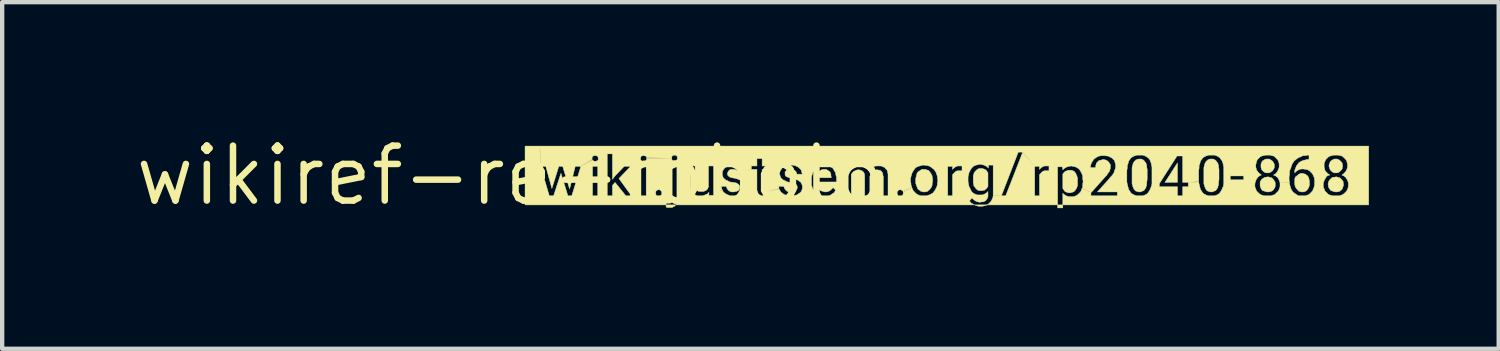
<source format=kicad_pcb>
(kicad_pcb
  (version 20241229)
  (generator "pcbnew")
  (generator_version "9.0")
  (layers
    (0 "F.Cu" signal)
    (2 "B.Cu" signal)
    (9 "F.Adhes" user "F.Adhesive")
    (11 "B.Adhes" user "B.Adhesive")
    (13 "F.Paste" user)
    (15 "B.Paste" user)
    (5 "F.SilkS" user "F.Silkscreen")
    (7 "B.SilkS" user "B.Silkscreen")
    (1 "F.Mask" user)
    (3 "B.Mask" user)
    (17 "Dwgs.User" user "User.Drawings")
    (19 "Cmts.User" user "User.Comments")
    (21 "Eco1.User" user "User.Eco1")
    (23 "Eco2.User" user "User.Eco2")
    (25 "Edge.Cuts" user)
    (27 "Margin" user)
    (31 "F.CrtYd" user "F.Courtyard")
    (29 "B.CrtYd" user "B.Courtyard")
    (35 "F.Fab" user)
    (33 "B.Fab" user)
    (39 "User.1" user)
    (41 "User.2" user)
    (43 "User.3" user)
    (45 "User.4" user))
  (footprint "wikiref-re-roboto"
    (layer "F.Cu")
    (at 8.746 1.006)
    (property "Reference" "wikiref-re-roboto" (at 0 0 0) (layer "F.SilkS") (effects (font (size 1.27 1.27) (thickness 0.15))))
    (attr board_only exclude_from_pos_files exclude_from_bom)
    (fp_poly (pts (xy 15.13 0.16) (xy 15.42 0.16) (xy 15.42 -0.29) (xy 15.4 -0.26) (xy 15.13 0.16)) (stroke (width 0.01) (type solid)) (fill yes) (layer "F.SilkS"))
    (fp_poly (pts (xy 7.25 -0.14) (xy 7.22 -0.14) (xy 7.19 -0.13) (xy 7.16 -0.11) (xy 7.13 -0.08) (xy 7.11 -0.06) (xy 7.09 -0.02) (xy 7.08 0.01) (xy 7.08 0.05) (xy 7.42 0.05) (xy 7.41 0.01) (xy 7.41 -0.03) (xy 7.4 -0.06) (xy 7.38 -0.09) (xy 7.35 -0.11) (xy 7.32 -0.13) (xy 7.29 -0.14) (xy 7.25 -0.14)) (stroke (width 0.01) (type solid)) (fill yes) (layer "F.SilkS"))
    (fp_poly (pts (xy 17.5 -0.38) (xy 17.47 -0.38) (xy 17.44 -0.37) (xy 17.41 -0.35) (xy 17.39 -0.34) (xy 17.37 -0.31) (xy 17.36 -0.29) (xy 17.35 -0.26) (xy 17.35 -0.22) (xy 17.35 -0.19) (xy 17.36 -0.16) (xy 17.37 -0.13) (xy 17.39 -0.11) (xy 17.41 -0.09) (xy 17.44 -0.07) (xy 17.47 -0.06) (xy 17.5 -0.06) (xy 17.54 -0.06) (xy 17.56 -0.07) (xy 17.59 -0.09) (xy 17.62 -0.11) (xy 17.63 -0.13) (xy 17.65 -0.16) (xy 17.66 -0.19) (xy 17.66 -0.22) (xy 17.66 -0.25) (xy 17.65 -0.28) (xy 17.63 -0.31) (xy 17.62 -0.33) (xy 17.59 -0.35) (xy 17.56 -0.37) (xy 17.54 -0.38) (xy 17.5 -0.38)) (stroke (width 0.01) (type solid)) (fill yes) (layer "F.SilkS"))
    (fp_poly (pts (xy 17.68 0.21) (xy 17.68 0.17) (xy 17.67 0.14) (xy 17.65 0.11) (xy 17.63 0.09) (xy 17.61 0.06) (xy 17.58 0.05) (xy 17.54 0.04) (xy 17.51 0.03) (xy 17.47 0.04) (xy 17.44 0.04) (xy 17.41 0.06) (xy 17.38 0.08) (xy 17.36 0.1) (xy 17.34 0.13) (xy 17.33 0.16) (xy 17.33 0.2) (xy 17.33 0.24) (xy 17.34 0.27) (xy 17.35 0.3) (xy 17.37 0.33) (xy 17.39 0.35) (xy 17.42 0.36) (xy 17.46 0.37) (xy 17.49 0.38) (xy 17.53 0.38) (xy 17.57 0.37) (xy 17.6 0.36) (xy 17.63 0.34) (xy 17.65 0.31) (xy 17.67 0.28) (xy 17.68 0.25) (xy 17.68 0.21)) (stroke (width 0.01) (type solid)) (fill yes) (layer "F.SilkS"))
    (fp_poly (pts (xy 19.08 -0.38) (xy 19.05 -0.38) (xy 19.02 -0.37) (xy 18.99 -0.35) (xy 18.97 -0.34) (xy 18.95 -0.31) (xy 18.94 -0.29) (xy 18.93 -0.26) (xy 18.92 -0.22) (xy 18.93 -0.19) (xy 18.94 -0.16) (xy 18.95 -0.13) (xy 18.97 -0.11) (xy 18.99 -0.09) (xy 19.02 -0.07) (xy 19.05 -0.06) (xy 19.08 -0.06) (xy 19.11 -0.06) (xy 19.14 -0.07) (xy 19.17 -0.09) (xy 19.19 -0.11) (xy 19.21 -0.13) (xy 19.23 -0.16) (xy 19.23 -0.19) (xy 19.24 -0.22) (xy 19.23 -0.25) (xy 19.23 -0.28) (xy 19.21 -0.31) (xy 19.19 -0.33) (xy 19.17 -0.35) (xy 19.14 -0.37) (xy 19.11 -0.38) (xy 19.08 -0.38)) (stroke (width 0.01) (type solid)) (fill yes) (layer "F.SilkS"))
    (fp_poly (pts (xy 19.26 0.21) (xy 19.25 0.17) (xy 19.25 0.14) (xy 19.23 0.11) (xy 19.21 0.09) (xy 19.18 0.06) (xy 19.16 0.05) (xy 19.12 0.04) (xy 19.09 0.03) (xy 19.05 0.04) (xy 19.01 0.04) (xy 18.98 0.06) (xy 18.96 0.08) (xy 18.94 0.1) (xy 18.92 0.13) (xy 18.91 0.16) (xy 18.9 0.2) (xy 18.91 0.24) (xy 18.91 0.27) (xy 18.93 0.3) (xy 18.95 0.33) (xy 18.97 0.35) (xy 19 0.36) (xy 19.03 0.37) (xy 19.07 0.38) (xy 19.11 0.38) (xy 19.15 0.37) (xy 19.18 0.36) (xy 19.2 0.34) (xy 19.23 0.31) (xy 19.24 0.28) (xy 19.25 0.25) (xy 19.26 0.21)) (stroke (width 0.01) (type solid)) (fill yes) (layer "F.SilkS"))
    (fp_poly (pts (xy 18.31 -0.05) (xy 18.28 -0.05) (xy 18.25 -0.04) (xy 18.23 -0.03) (xy 18.2 -0.01) (xy 18.18 0.01) (xy 18.15 0.03) (xy 18.14 0.05) (xy 18.13 0.08) (xy 18.13 0.15) (xy 18.13 0.2) (xy 18.14 0.25) (xy 18.16 0.29) (xy 18.18 0.31) (xy 18.19 0.33) (xy 18.21 0.34) (xy 18.22 0.36) (xy 18.24 0.37) (xy 18.26 0.37) (xy 18.28 0.38) (xy 18.3 0.38) (xy 18.33 0.38) (xy 18.37 0.37) (xy 18.4 0.35) (xy 18.42 0.33) (xy 18.44 0.3) (xy 18.46 0.26) (xy 18.47 0.22) (xy 18.47 0.17) (xy 18.47 0.13) (xy 18.46 0.08) (xy 18.45 0.05) (xy 18.43 0.01) (xy 18.4 -0.01) (xy 18.38 -0.03) (xy 18.34 -0.04) (xy 18.31 -0.05)) (stroke (width 0.01) (type solid)) (fill yes) (layer "F.SilkS"))
    (fp_poly (pts (xy 10.7 0.1) (xy 10.7 0.14) (xy 10.7 0.17) (xy 10.71 0.2) (xy 10.71 0.23) (xy 10.72 0.25) (xy 10.74 0.27) (xy 10.75 0.29) (xy 10.77 0.31) (xy 10.79 0.33) (xy 10.81 0.34) (xy 10.83 0.35) (xy 10.86 0.35) (xy 10.88 0.35) (xy 10.91 0.35) (xy 10.94 0.34) (xy 10.96 0.34) (xy 10.98 0.32) (xy 11.01 0.3) (xy 11.02 0.28) (xy 11.04 0.25) (xy 11.04 -0.06) (xy 11.02 -0.09) (xy 11 -0.12) (xy 10.97 -0.14) (xy 10.94 -0.15) (xy 10.91 -0.16) (xy 10.87 -0.16) (xy 10.84 -0.16) (xy 10.81 -0.15) (xy 10.78 -0.13) (xy 10.76 -0.11) (xy 10.74 -0.09) (xy 10.72 -0.06) (xy 10.71 -0.02) (xy 10.7 0.01) (xy 10.7 0.06) (xy 10.7 0.1)) (stroke (width 0.01) (type solid)) (fill yes) (layer "F.SilkS"))
    (fp_poly (pts (xy 13.11 0.13) (xy 13.11 0.09) (xy 13.11 0.06) (xy 13.1 0.03) (xy 13.09 0) (xy 13.08 -0.02) (xy 13.07 -0.05) (xy 13.05 -0.07) (xy 13.04 -0.09) (xy 13.02 -0.1) (xy 13 -0.11) (xy 12.97 -0.12) (xy 12.95 -0.12) (xy 12.92 -0.12) (xy 12.89 -0.12) (xy 12.87 -0.11) (xy 12.84 -0.1) (xy 12.82 -0.09) (xy 12.8 -0.07) (xy 12.78 -0.05) (xy 12.77 -0.03) (xy 12.77 0.3) (xy 12.79 0.33) (xy 12.81 0.36) (xy 12.84 0.38) (xy 12.87 0.39) (xy 12.9 0.4) (xy 12.94 0.4) (xy 12.98 0.39) (xy 13.01 0.38) (xy 13.03 0.37) (xy 13.05 0.35) (xy 13.07 0.32) (xy 13.09 0.29) (xy 13.1 0.26) (xy 13.11 0.22) (xy 13.11 0.18) (xy 13.11 0.13)) (stroke (width 0.01) (type solid)) (fill yes) (layer "F.SilkS"))
    (fp_poly (pts (xy 14.72 -0.09) (xy 14.72 -0.14) (xy 14.71 -0.19) (xy 14.71 -0.22) (xy 14.7 -0.26) (xy 14.69 -0.29) (xy 14.67 -0.31) (xy 14.66 -0.33) (xy 14.64 -0.35) (xy 14.61 -0.37) (xy 14.58 -0.38) (xy 14.55 -0.38) (xy 14.52 -0.38) (xy 14.49 -0.37) (xy 14.46 -0.36) (xy 14.44 -0.34) (xy 14.42 -0.32) (xy 14.4 -0.29) (xy 14.39 -0.26) (xy 14.38 -0.22) (xy 14.37 -0.18) (xy 14.37 -0.11) (xy 14.37 0.09) (xy 14.37 0.14) (xy 14.37 0.19) (xy 14.38 0.22) (xy 14.39 0.26) (xy 14.4 0.28) (xy 14.41 0.31) (xy 14.43 0.33) (xy 14.44 0.35) (xy 14.46 0.36) (xy 14.49 0.37) (xy 14.52 0.38) (xy 14.56 0.38) (xy 14.59 0.37) (xy 14.61 0.36) (xy 14.64 0.35) (xy 14.66 0.33) (xy 14.67 0.31) (xy 14.69 0.28) (xy 14.7 0.24) (xy 14.71 0.2) (xy 14.71 0.16) (xy 14.72 0.09) (xy 14.72 -0.09)) (stroke (width 0.01) (type solid)) (fill yes) (layer "F.SilkS"))
    (fp_poly (pts (xy 16.38 -0.09) (xy 16.38 -0.14) (xy 16.37 -0.19) (xy 16.37 -0.22) (xy 16.36 -0.26) (xy 16.35 -0.29) (xy 16.33 -0.31) (xy 16.32 -0.33) (xy 16.3 -0.35) (xy 16.27 -0.37) (xy 16.24 -0.38) (xy 16.21 -0.38) (xy 16.17 -0.38) (xy 16.15 -0.37) (xy 16.12 -0.36) (xy 16.1 -0.34) (xy 16.08 -0.32) (xy 16.06 -0.29) (xy 16.05 -0.26) (xy 16.04 -0.22) (xy 16.03 -0.18) (xy 16.03 -0.11) (xy 16.03 0.09) (xy 16.03 0.14) (xy 16.03 0.19) (xy 16.04 0.22) (xy 16.05 0.26) (xy 16.06 0.28) (xy 16.07 0.31) (xy 16.09 0.33) (xy 16.1 0.35) (xy 16.12 0.36) (xy 16.15 0.37) (xy 16.18 0.38) (xy 16.22 0.38) (xy 16.25 0.37) (xy 16.27 0.36) (xy 16.3 0.35) (xy 16.32 0.33) (xy 16.33 0.31) (xy 16.35 0.28) (xy 16.36 0.24) (xy 16.37 0.2) (xy 16.37 0.16) (xy 16.38 0.09) (xy 16.38 -0.09)) (stroke (width 0.01) (type solid)) (fill yes) (layer "F.SilkS"))
    (fp_poly (pts (xy 9.37 0.12) (xy 9.37 0.15) (xy 9.37 0.18) (xy 9.38 0.21) (xy 9.39 0.24) (xy 9.4 0.26) (xy 9.41 0.29) (xy 9.42 0.31) (xy 9.44 0.33) (xy 9.46 0.34) (xy 9.48 0.36) (xy 9.5 0.37) (xy 9.52 0.37) (xy 9.54 0.38) (xy 9.57 0.38) (xy 9.59 0.38) (xy 9.62 0.37) (xy 9.64 0.37) (xy 9.65 0.36) (xy 9.67 0.34) (xy 9.69 0.33) (xy 9.7 0.31) (xy 9.72 0.29) (xy 9.73 0.27) (xy 9.74 0.25) (xy 9.75 0.22) (xy 9.75 0.19) (xy 9.76 0.13) (xy 9.76 0.07) (xy 9.75 0.04) (xy 9.75 0.01) (xy 9.73 -0.03) (xy 9.71 -0.06) (xy 9.69 -0.09) (xy 9.66 -0.12) (xy 9.62 -0.13) (xy 9.59 -0.14) (xy 9.55 -0.14) (xy 9.51 -0.14) (xy 9.48 -0.12) (xy 9.45 -0.1) (xy 9.42 -0.08) (xy 9.4 -0.05) (xy 9.39 -0.01) (xy 9.38 0.03) (xy 9.37 0.07) (xy 9.37 0.12)) (stroke (width 0.01) (type solid)) (fill yes) (layer "F.SilkS"))
    (fp_poly (pts (xy 0.68 -0.68) (xy 0.34 -0.68) (xy 0.34 0.68) (xy 19.84 0.68) (xy 19.84 -0.68) (xy 0.68 -0.68) (xy 0.71 -0.21) (xy 0.82 -0.21) (xy 0.96 0.3) (xy 1.12 -0.21) (xy 1.21 -0.21) (xy 1.37 0.31) (xy 1.5 -0.21) (xy 1.62 -0.21) (xy 1.89 -0.37) (xy 1.89 -0.38) (xy 1.89 -0.39) (xy 1.89 -0.42) (xy 1.9 -0.43) (xy 1.9 -0.44) (xy 1.91 -0.45) (xy 1.92 -0.45) (xy 1.95 -0.46) (xy 1.98 -0.46) (xy 2 -0.45) (xy 2.01 -0.45) (xy 2.02 -0.44) (xy 2.02 -0.43) (xy 2.03 -0.42) (xy 2.03 -0.4) (xy 2.03 -0.39) (xy 2.03 -0.37) (xy 2.03 -0.36) (xy 2.02 -0.35) (xy 2.01 -0.34) (xy 2 -0.34) (xy 1.99 -0.33) (xy 2.02 -0.21) (xy 2.02 0.47) (xy 2.24 0.47) (xy 2.24 -0.5) (xy 2.36 -0.5) (xy 2.36 0.09) (xy 2.42 0.01) (xy 2.63 -0.21) (xy 2.78 -0.21) (xy 3.02 -0.35) (xy 3.01 -0.37) (xy 3.01 -0.38) (xy 3.01 -0.39) (xy 3.01 -0.42) (xy 3.02 -0.43) (xy 3.02 -0.44) (xy 3.03 -0.45) (xy 3.04 -0.45) (xy 3.07 -0.46) (xy 3.1 -0.46) (xy 3.11 -0.45) (xy 3.13 -0.45) (xy 3.14 -0.44) (xy 3.14 -0.43) (xy 3.15 -0.42) (xy 3.15 -0.41) (xy 3.73 -0.4) (xy 3.73 -0.41) (xy 3.73 -0.43) (xy 3.74 -0.44) (xy 3.74 -0.45) (xy 3.75 -0.46) (xy 3.76 -0.46) (xy 3.78 -0.47) (xy 3.81 -0.47) (xy 3.83 -0.46) (xy 3.84 -0.46) (xy 3.85 -0.45) (xy 3.85 -0.44) (xy 3.86 -0.43) (xy 3.86 -0.41) (xy 3.86 -0.4) (xy 3.86 -0.38) (xy 3.85 -0.37) (xy 3.85 -0.36) (xy 3.84 -0.35) (xy 3.83 -0.35) (xy 3.82 -0.34) (xy 3.8 -0.34) (xy 3.79 -0.34) (xy 3.77 -0.34) (xy 3.74 -0.22) (xy 3.85 -0.22) (xy 4.16 -0.22) (xy 4.27 -0.22) (xy 4.27 0.22) (xy 4.28 0.25) (xy 4.28 0.27) (xy 4.29 0.3) (xy 4.3 0.32) (xy 4.31 0.33) (xy 4.32 0.35) (xy 4.34 0.36) (xy 4.36 0.37) (xy 4.38 0.37) (xy 4.4 0.37) (xy 4.43 0.37) (xy 4.46 0.37) (xy 4.49 0.36) (xy 4.51 0.35) (xy 4.53 0.34) (xy 4.55 0.32) (xy 4.56 0.31) (xy 4.57 0.28) (xy 4.58 0.27) (xy 4.58 -0.22) (xy 4.7 -0.22) (xy 4.7 0.46) (xy 4.89 0.33) (xy 4.89 0.31) (xy 4.88 0.28) (xy 4.88 0.25) (xy 4.99 0.25) (xy 5 0.28) (xy 5.01 0.3) (xy 5.02 0.32) (xy 5.04 0.34) (xy 5.06 0.36) (xy 5.09 0.37) (xy 5.11 0.38) (xy 5.14 0.38) (xy 5.17 0.38) (xy 5.21 0.37) (xy 5.23 0.37) (xy 5.26 0.35) (xy 5.28 0.34) (xy 5.29 0.32) (xy 5.3 0.3) (xy 5.3 0.28) (xy 5.3 0.25) (xy 5.29 0.23) (xy 5.28 0.21) (xy 5.26 0.2) (xy 5.24 0.18) (xy 5.21 0.17) (xy 5.08 0.15) (xy 5.05 0.14) (xy 5.02 0.12) (xy 4.99 0.11) (xy 4.96 0.09) (xy 4.94 0.07) (xy 4.92 0.05) (xy 4.91 0.02) (xy 4.9 -0.01) (xy 4.9 -0.05) (xy 4.9 -0.08) (xy 4.91 -0.11) (xy 4.93 -0.14) (xy 4.95 -0.17) (xy 4.98 -0.19) (xy 5 -0.2) (xy 5.03 -0.21) (xy 5.05 -0.22) (xy 5.08 -0.23) (xy 5.1 -0.23) (xy 5.13 -0.24) (xy 5.19 -0.24) (xy 5.25 -0.23) (xy 5.27 -0.22) (xy 5.29 -0.21) (xy 5.32 -0.2) (xy 5.34 -0.19) (xy 5.36 -0.17) (xy 5.37 -0.15) (xy 5.39 -0.13) (xy 5.41 -0.1) (xy 5.57 -0.14) (xy 5.57 -0.22) (xy 5.7 -0.22) (xy 5.7 -0.39) (xy 5.82 -0.39) (xy 5.82 -0.22) (xy 5.95 -0.22) (xy 5.95 -0.14) (xy 5.82 -0.14) (xy 5.82 0.29) (xy 5.82 0.33) (xy 5.83 0.34) (xy 5.84 0.35) (xy 5.85 0.36) (xy 5.86 0.37) (xy 5.88 0.37) (xy 5.9 0.37) (xy 5.95 0.37) (xy 6.21 0.3) (xy 6.21 0.28) (xy 6.2 0.25) (xy 6.32 0.25) (xy 6.33 0.28) (xy 6.34 0.3) (xy 6.35 0.32) (xy 6.37 0.34) (xy 6.39 0.36) (xy 6.41 0.37) (xy 6.44 0.38) (xy 6.47 0.38) (xy 6.5 0.38) (xy 6.53 0.37) (xy 6.56 0.37) (xy 6.59 0.35) (xy 6.61 0.34) (xy 6.62 0.32) (xy 6.63 0.3) (xy 6.63 0.28) (xy 6.63 0.25) (xy 6.62 0.23) (xy 6.61 0.21) (xy 6.59 0.2) (xy 6.56 0.18) (xy 6.53 0.17) (xy 6.41 0.15) (xy 6.38 0.14) (xy 6.35 0.12) (xy 6.32 0.11) (xy 6.29 0.09) (xy 6.27 0.07) (xy 6.25 0.05) (xy 6.24 0.02) (xy 6.23 -0.01) (xy 6.22 -0.05) (xy 6.23 -0.08) (xy 6.24 -0.11) (xy 6.26 -0.14) (xy 6.28 -0.17) (xy 6.31 -0.19) (xy 6.33 -0.2) (xy 6.35 -0.21) (xy 6.38 -0.22) (xy 6.4 -0.23) (xy 6.43 -0.23) (xy 6.46 -0.24) (xy 6.52 -0.24) (xy 6.57 -0.23) (xy 6.6 -0.22) (xy 6.62 -0.21) (xy 6.64 -0.2) (xy 6.66 -0.19) (xy 6.68 -0.17) (xy 6.7 -0.15) (xy 6.72 -0.13) (xy 6.73 -0.1) (xy 6.74 -0.06) (xy 6.75 -0.03) (xy 6.62 -0.03) (xy 6.62 -0.05) (xy 6.61 -0.07) (xy 6.6 -0.09) (xy 6.58 -0.11) (xy 6.56 -0.12) (xy 6.54 -0.13) (xy 6.51 -0.14) (xy 6.48 -0.14) (xy 6.45 -0.14) (xy 6.42 -0.14) (xy 6.4 -0.13) (xy 6.38 -0.11) (xy 6.36 -0.1) (xy 6.35 -0.08) (xy 6.35 -0.06) (xy 6.35 -0.03) (xy 6.35 -0.01) (xy 6.36 0) (xy 6.37 0.02) (xy 6.39 0.03) (xy 6.44 0.05) (xy 6.55 0.07) (xy 6.6 0.09) (xy 6.65 0.11) (xy 6.69 0.14) (xy 6.71 0.15) (xy 6.72 0.17) (xy 6.73 0.19) (xy 6.74 0.21) (xy 6.75 0.23) (xy 6.75 0.25) (xy 6.96 0.22) (xy 6.96 0.19) (xy 6.96 0.15) (xy 6.96 0.1) (xy 6.96 0.07) (xy 6.96 0.03) (xy 6.97 0) (xy 6.98 -0.03) (xy 6.99 -0.07) (xy 7.01 -0.1) (xy 7.03 -0.12) (xy 7.05 -0.15) (xy 7.07 -0.17) (xy 7.09 -0.19) (xy 7.12 -0.2) (xy 7.15 -0.22) (xy 7.18 -0.23) (xy 7.21 -0.23) (xy 7.24 -0.24) (xy 7.28 -0.24) (xy 7.31 -0.23) (xy 7.34 -0.23) (xy 7.37 -0.22) (xy 7.39 -0.21) (xy 7.41 -0.19) (xy 7.44 -0.18) (xy 7.46 -0.16) (xy 7.47 -0.14) (xy 7.49 -0.11) (xy 7.5 -0.09) (xy 7.52 -0.06) (xy 7.52 -0.03) (xy 7.53 0.01) (xy 7.54 0.04) (xy 7.54 0.08) (xy 7.54 0.15) (xy 7.07 0.15) (xy 7.07 0.19) (xy 7.08 0.22) (xy 7.09 0.25) (xy 7.1 0.28) (xy 7.12 0.31) (xy 7.15 0.33) (xy 7.17 0.35) (xy 7.2 0.36) (xy 7.23 0.37) (xy 7.27 0.38) (xy 7.3 0.38) (xy 7.34 0.37) (xy 7.37 0.36) (xy 7.4 0.34) (xy 7.43 0.31) (xy 7.46 0.28) (xy 7.52 0.34) (xy 7.77 0.47) (xy 7.77 -0.21) (xy 7.88 -0.21) (xy 7.88 -0.14) (xy 7.91 -0.16) (xy 7.93 -0.18) (xy 7.95 -0.19) (xy 7.98 -0.2) (xy 8.01 -0.21) (xy 8.04 -0.22) (xy 8.07 -0.22) (xy 8.11 -0.22) (xy 8.14 -0.22) (xy 8.16 -0.21) (xy 8.19 -0.2) (xy 8.21 -0.19) (xy 8.23 -0.18) (xy 8.25 -0.16) (xy 8.27 -0.14) (xy 8.28 -0.12) (xy 8.3 -0.14) (xy 8.32 -0.15) (xy 8.34 -0.17) (xy 8.36 -0.18) (xy 8.38 -0.2) (xy 8.4 -0.21) (xy 8.42 -0.21) (xy 8.45 -0.22) (xy 8.48 -0.22) (xy 8.51 -0.22) (xy 8.54 -0.22) (xy 8.57 -0.22) (xy 8.59 -0.21) (xy 8.62 -0.2) (xy 8.64 -0.19) (xy 8.66 -0.18) (xy 8.68 -0.15) (xy 8.71 -0.12) (xy 8.72 -0.08) (xy 8.73 -0.03) (xy 8.73 0.01) (xy 8.73 0.47) (xy 8.94 0.42) (xy 8.94 0.41) (xy 8.94 0.39) (xy 8.95 0.37) (xy 8.95 0.36) (xy 8.96 0.35) (xy 8.97 0.34) (xy 8.98 0.34) (xy 9 0.33) (xy 9.01 0.33) (xy 9.03 0.33) (xy 9.04 0.34) (xy 9.05 0.34) (xy 9.06 0.35) (xy 9.07 0.36) (xy 9.08 0.37) (xy 9.28 0.27) (xy 9.27 0.25) (xy 9.26 0.21) (xy 9.26 0.18) (xy 9.25 0.15) (xy 9.25 0.11) (xy 9.25 0.07) (xy 9.26 0.03) (xy 9.27 -0.01) (xy 9.28 -0.04) (xy 9.29 -0.07) (xy 9.31 -0.1) (xy 9.33 -0.13) (xy 9.35 -0.16) (xy 9.37 -0.18) (xy 9.4 -0.2) (xy 9.43 -0.21) (xy 9.46 -0.22) (xy 9.5 -0.23) (xy 9.53 -0.24) (xy 9.57 -0.24) (xy 9.61 -0.23) (xy 9.64 -0.23) (xy 9.67 -0.22) (xy 9.7 -0.21) (xy 9.73 -0.19) (xy 9.75 -0.17) (xy 9.78 -0.15) (xy 9.8 -0.13) (xy 9.82 -0.1) (xy 9.84 -0.07) (xy 10.11 -0.21) (xy 10.22 -0.21) (xy 10.22 -0.14) (xy 10.24 -0.16) (xy 10.26 -0.18) (xy 10.29 -0.2) (xy 10.31 -0.21) (xy 10.34 -0.22) (xy 10.37 -0.22) (xy 10.41 -0.22) (xy 10.43 -0.22) (xy 10.44 -0.22) (xy 10.44 -0.11) (xy 10.6 -0.06) (xy 10.62 -0.1) (xy 10.64 -0.14) (xy 10.67 -0.18) (xy 10.69 -0.2) (xy 10.73 -0.23) (xy 10.77 -0.24) (xy 10.81 -0.25) (xy 10.86 -0.26) (xy 10.91 -0.25) (xy 10.95 -0.24) (xy 10.99 -0.22) (xy 11.02 -0.2) (xy 11.05 -0.17) (xy 11.05 -0.24) (xy 11.16 -0.24) (xy 11.16 0.43) (xy 11.16 0.46) (xy 11.35 0.47) (xy 11.74 -0.54) (xy 11.84 -0.54) (xy 12.12 -0.21) (xy 12.23 -0.21) (xy 12.23 -0.14) (xy 12.25 -0.16) (xy 12.27 -0.18) (xy 12.3 -0.2) (xy 12.32 -0.21) (xy 12.35 -0.22) (xy 12.38 -0.22) (xy 12.42 -0.22) (xy 12.44 -0.22) (xy 12.45 -0.22) (xy 12.65 -0.2) (xy 12.76 -0.2) (xy 12.77 -0.13) (xy 12.8 -0.16) (xy 12.83 -0.18) (xy 12.87 -0.2) (xy 12.91 -0.21) (xy 12.96 -0.22) (xy 13.01 -0.21) (xy 13.06 -0.2) (xy 13.1 -0.18) (xy 13.13 -0.16) (xy 13.16 -0.13) (xy 13.18 -0.1) (xy 13.2 -0.06) (xy 13.22 -0.02) (xy 13.23 0.03) (xy 13.23 0.08) (xy 13.24 0.14) (xy 13.23 0.2) (xy 13.23 0.25) (xy 13.22 0.3) (xy 13.43 0.39) (xy 13.75 0.03) (xy 13.78 0) (xy 13.82 -0.06) (xy 13.85 -0.1) (xy 13.86 -0.14) (xy 13.87 -0.17) (xy 13.87 -0.21) (xy 13.87 -0.25) (xy 13.85 -0.28) (xy 13.83 -0.31) (xy 13.81 -0.33) (xy 13.78 -0.35) (xy 13.75 -0.36) (xy 13.71 -0.37) (xy 13.67 -0.36) (xy 13.63 -0.35) (xy 13.6 -0.34) (xy 13.58 -0.32) (xy 13.55 -0.29) (xy 13.54 -0.26) (xy 13.53 -0.22) (xy 13.53 -0.18) (xy 13.41 -0.18) (xy 13.41 -0.22) (xy 13.42 -0.25) (xy 13.43 -0.29) (xy 13.45 -0.32) (xy 13.47 -0.35) (xy 13.49 -0.38) (xy 13.52 -0.4) (xy 13.55 -0.42) (xy 13.58 -0.44) (xy 13.62 -0.45) (xy 13.66 -0.46) (xy 13.7 -0.46) (xy 13.74 -0.46) (xy 13.78 -0.45) (xy 13.82 -0.45) (xy 13.85 -0.43) (xy 13.88 -0.42) (xy 13.91 -0.4) (xy 13.94 -0.37) (xy 13.96 -0.35) (xy 13.97 -0.32) (xy 13.98 -0.29) (xy 13.99 -0.26) (xy 13.99 -0.22) (xy 13.99 -0.2) (xy 13.99 -0.17) (xy 13.98 -0.15) (xy 13.97 -0.12) (xy 13.95 -0.06) (xy 13.91 0) (xy 13.87 0.04) (xy 13.83 0.09) (xy 13.57 0.38) (xy 14.03 0.38) (xy 14.28 0.28) (xy 14.27 0.24) (xy 14.26 0.2) (xy 14.25 0.15) (xy 14.25 0.09) (xy 14.25 -0.12) (xy 14.26 -0.17) (xy 14.26 -0.23) (xy 14.28 -0.28) (xy 14.29 -0.33) (xy 14.32 -0.37) (xy 14.34 -0.4) (xy 14.36 -0.42) (xy 14.38 -0.43) (xy 14.4 -0.44) (xy 14.42 -0.45) (xy 14.45 -0.46) (xy 14.48 -0.47) (xy 14.5 -0.47) (xy 14.53 -0.47) (xy 14.57 -0.47) (xy 14.6 -0.47) (xy 14.62 -0.47) (xy 14.65 -0.46) (xy 14.67 -0.45) (xy 14.7 -0.44) (xy 14.72 -0.42) (xy 14.74 -0.41) (xy 14.77 -0.38) (xy 14.79 -0.34) (xy 14.81 -0.29) (xy 14.82 -0.24) (xy 14.83 -0.19) (xy 14.83 -0.13) (xy 14.83 0.07) (xy 14.83 0.13) (xy 14.83 0.19) (xy 15 0.19) (xy 15.41 -0.45) (xy 15.54 -0.45) (xy 15.54 0.16) (xy 15.67 0.16) (xy 15.91 0.14) (xy 15.91 0.09) (xy 15.91 -0.12) (xy 15.92 -0.17) (xy 15.92 -0.23) (xy 15.94 -0.28) (xy 15.95 -0.33) (xy 15.98 -0.37) (xy 16 -0.4) (xy 16.02 -0.42) (xy 16.04 -0.43) (xy 16.06 -0.44) (xy 16.08 -0.45) (xy 16.11 -0.46) (xy 16.14 -0.47) (xy 16.16 -0.47) (xy 16.19 -0.47) (xy 16.23 -0.47) (xy 16.26 -0.47) (xy 16.28 -0.47) (xy 16.31 -0.46) (xy 16.33 -0.45) (xy 16.36 -0.44) (xy 16.38 -0.42) (xy 16.4 -0.41) (xy 16.42 -0.38) (xy 16.45 -0.34) (xy 16.47 -0.29) (xy 16.48 -0.24) (xy 16.49 -0.19) (xy 16.49 -0.13) (xy 16.49 0.07) (xy 16.64 0.1) (xy 16.64 0.01) (xy 16.95 0.01) (xy 16.95 0.1) (xy 17.22 0.15) (xy 17.23 0.12) (xy 17.25 0.08) (xy 17.27 0.05) (xy 17.3 0.02) (xy 17.33 0) (xy 17.36 -0.01) (xy 17.34 -0.03) (xy 17.32 -0.04) (xy 17.3 -0.06) (xy 17.28 -0.08) (xy 17.27 -0.1) (xy 17.25 -0.12) (xy 17.24 -0.14) (xy 17.24 -0.17) (xy 17.23 -0.19) (xy 17.23 -0.22) (xy 17.23 -0.25) (xy 17.24 -0.28) (xy 17.24 -0.3) (xy 17.25 -0.33) (xy 17.26 -0.35) (xy 17.27 -0.37) (xy 17.3 -0.4) (xy 17.33 -0.43) (xy 17.37 -0.45) (xy 17.41 -0.46) (xy 17.46 -0.47) (xy 17.51 -0.47) (xy 17.56 -0.47) (xy 17.6 -0.46) (xy 17.64 -0.45) (xy 17.67 -0.43) (xy 17.7 -0.4) (xy 17.73 -0.37) (xy 17.75 -0.34) (xy 17.76 -0.31) (xy 17.77 -0.27) (xy 17.77 -0.22) (xy 17.77 -0.19) (xy 17.76 -0.16) (xy 17.75 -0.13) (xy 17.74 -0.11) (xy 17.72 -0.08) (xy 17.7 -0.05) (xy 17.67 -0.03) (xy 17.64 -0.01) (xy 17.66 0) (xy 17.69 0.01) (xy 17.71 0.03) (xy 17.73 0.04) (xy 17.75 0.07) (xy 17.76 0.09) (xy 17.77 0.11) (xy 17.78 0.14) (xy 17.79 0.17) (xy 18.01 0.15) (xy 18 0.11) (xy 18 0.03) (xy 18.01 -0.02) (xy 18.01 -0.08) (xy 18.02 -0.13) (xy 18.04 -0.17) (xy 18.05 -0.21) (xy 18.06 -0.24) (xy 18.08 -0.28) (xy 18.1 -0.31) (xy 18.12 -0.34) (xy 18.15 -0.36) (xy 18.17 -0.38) (xy 18.2 -0.4) (xy 18.23 -0.42) (xy 18.27 -0.43) (xy 18.3 -0.45) (xy 18.34 -0.46) (xy 18.38 -0.46) (xy 18.42 -0.47) (xy 18.46 -0.47) (xy 18.46 -0.37) (xy 18.41 -0.37) (xy 18.38 -0.36) (xy 18.34 -0.35) (xy 18.31 -0.34) (xy 18.28 -0.33) (xy 18.25 -0.31) (xy 18.22 -0.29) (xy 18.2 -0.26) (xy 18.17 -0.22) (xy 18.15 -0.17) (xy 18.13 -0.12) (xy 18.13 -0.06) (xy 18.16 -0.09) (xy 18.2 -0.12) (xy 18.24 -0.14) (xy 18.28 -0.15) (xy 18.34 -0.15) (xy 18.38 -0.14) (xy 18.41 -0.14) (xy 18.43 -0.13) (xy 18.45 -0.12) (xy 18.47 -0.11) (xy 18.5 -0.08) (xy 18.54 -0.04) (xy 18.56 0) (xy 18.58 0.05) (xy 18.59 0.1) (xy 18.59 0.15) (xy 18.59 0.21) (xy 18.79 0.23) (xy 18.79 0.19) (xy 18.8 0.15) (xy 18.81 0.12) (xy 18.83 0.08) (xy 18.85 0.05) (xy 18.87 0.02) (xy 18.9 0) (xy 18.94 -0.01) (xy 18.92 -0.03) (xy 18.89 -0.04) (xy 18.88 -0.06) (xy 18.86 -0.08) (xy 18.84 -0.1) (xy 18.83 -0.12) (xy 18.82 -0.14) (xy 18.82 -0.17) (xy 18.81 -0.19) (xy 18.81 -0.22) (xy 18.81 -0.25) (xy 18.81 -0.28) (xy 18.82 -0.3) (xy 18.83 -0.33) (xy 18.84 -0.35) (xy 18.85 -0.37) (xy 18.88 -0.4) (xy 18.91 -0.43) (xy 18.95 -0.45) (xy 18.99 -0.46) (xy 19.03 -0.47) (xy 19.08 -0.47) (xy 19.13 -0.47) (xy 19.18 -0.46) (xy 19.22 -0.45) (xy 19.25 -0.43) (xy 19.28 -0.4) (xy 19.31 -0.37) (xy 19.33 -0.34) (xy 19.34 -0.3) (xy 19.35 -0.27) (xy 19.35 -0.22) (xy 19.35 -0.19) (xy 19.34 -0.16) (xy 19.33 -0.13) (xy 19.32 -0.11) (xy 19.3 -0.08) (xy 19.27 -0.05) (xy 19.25 -0.03) (xy 19.22 -0.01) (xy 19.24 0) (xy 19.27 0.01) (xy 19.29 0.03) (xy 19.31 0.04) (xy 19.32 0.07) (xy 19.34 0.09) (xy 19.35 0.11) (xy 19.36 0.14) (xy 19.37 0.17) (xy 19.37 0.2) (xy 19.37 0.23) (xy 19.37 0.26) (xy 19.36 0.29) (xy 19.35 0.32) (xy 19.34 0.34) (xy 19.33 0.36) (xy 19.31 0.38) (xy 19.29 0.4) (xy 19.27 0.42) (xy 19.24 0.44) (xy 19.22 0.45) (xy 19.19 0.46) (xy 19.16 0.47) (xy 19.13 0.47) (xy 19.1 0.47) (xy 19.06 0.47) (xy 19.03 0.47) (xy 19 0.47) (xy 18.97 0.46) (xy 18.94 0.45) (xy 18.91 0.44) (xy 18.89 0.42) (xy 18.87 0.4) (xy 18.85 0.38) (xy 18.83 0.36) (xy 18.82 0.34) (xy 18.81 0.31) (xy 18.8 0.29) (xy 18.79 0.26) (xy 18.79 0.23) (xy 18.59 0.21) (xy 18.58 0.26) (xy 18.57 0.29) (xy 18.56 0.31) (xy 18.55 0.34) (xy 18.54 0.36) (xy 18.52 0.38) (xy 18.5 0.4) (xy 18.48 0.42) (xy 18.46 0.44) (xy 18.43 0.45) (xy 18.41 0.46) (xy 18.38 0.47) (xy 18.35 0.47) (xy 18.32 0.47) (xy 18.29 0.47) (xy 18.26 0.47) (xy 18.23 0.47) (xy 18.2 0.46) (xy 18.17 0.44) (xy 18.14 0.42) (xy 18.11 0.4) (xy 18.08 0.37) (xy 18.06 0.34) (xy 18.04 0.3) (xy 18.03 0.27) (xy 18.02 0.23) (xy 18.01 0.19) (xy 18.01 0.16) (xy 17.79 0.17) (xy 17.79 0.2) (xy 17.79 0.23) (xy 17.79 0.26) (xy 17.78 0.29) (xy 17.77 0.32) (xy 17.76 0.34) (xy 17.75 0.36) (xy 17.73 0.38) (xy 17.71 0.4) (xy 17.69 0.42) (xy 17.67 0.44) (xy 17.64 0.45) (xy 17.61 0.46) (xy 17.59 0.47) (xy 17.56 0.47) (xy 17.52 0.47) (xy 17.49 0.47) (xy 17.45 0.47) (xy 17.42 0.47) (xy 17.39 0.46) (xy 17.36 0.45) (xy 17.34 0.44) (xy 17.31 0.42) (xy 17.29 0.4) (xy 17.27 0.38) (xy 17.25 0.36) (xy 17.24 0.34) (xy 17.23 0.31) (xy 17.22 0.29) (xy 17.21 0.26) (xy 17.21 0.23) (xy 17.21 0.19) (xy 17.22 0.15) (xy 16.95 0.1) (xy 16.64 0.1) (xy 16.49 0.07) (xy 16.49 0.13) (xy 16.49 0.19) (xy 16.48 0.25) (xy 16.46 0.29) (xy 16.44 0.34) (xy 16.42 0.37) (xy 16.4 0.4) (xy 16.37 0.43) (xy 16.35 0.44) (xy 16.33 0.45) (xy 16.28 0.47) (xy 16.23 0.47) (xy 16.18 0.47) (xy 16.13 0.47) (xy 16.08 0.45) (xy 16.04 0.43) (xy 16.01 0.41) (xy 15.99 0.38) (xy 15.97 0.35) (xy 15.95 0.32) (xy 15.94 0.28) (xy 15.93 0.24) (xy 15.92 0.2) (xy 15.91 0.15) (xy 15.67 0.16) (xy 15.67 0.26) (xy 15.54 0.26) (xy 15.54 0.47) (xy 15.42 0.47) (xy 15.42 0.26) (xy 15 0.26) (xy 15 0.19) (xy 14.83 0.19) (xy 14.82 0.25) (xy 14.8 0.29) (xy 14.78 0.34) (xy 14.76 0.37) (xy 14.74 0.4) (xy 14.71 0.43) (xy 14.69 0.44) (xy 14.67 0.45) (xy 14.62 0.47) (xy 14.57 0.47) (xy 14.52 0.47) (xy 14.47 0.47) (xy 14.42 0.45) (xy 14.38 0.43) (xy 14.35 0.41) (xy 14.33 0.38) (xy 14.31 0.35) (xy 14.29 0.32) (xy 14.28 0.28) (xy 14.03 0.38) (xy 14.03 0.47) (xy 13.42 0.47) (xy 13.42 0.39) (xy 13.21 0.3) (xy 13.2 0.34) (xy 13.18 0.38) (xy 13.15 0.41) (xy 13.12 0.44) (xy 13.09 0.46) (xy 13.05 0.48) (xy 13.01 0.49) (xy 12.97 0.49) (xy 12.92 0.49) (xy 12.87 0.48) (xy 12.83 0.46) (xy 12.8 0.44) (xy 12.77 0.41) (xy 12.77 0.75) (xy 12.65 0.75) (xy 12.65 -0.2) (xy 12.45 -0.22) (xy 12.45 -0.11) (xy 12.42 -0.11) (xy 12.39 -0.11) (xy 12.35 -0.11) (xy 12.32 -0.1) (xy 12.3 -0.09) (xy 12.28 -0.07) (xy 12.26 -0.05) (xy 12.24 -0.03) (xy 12.23 -0.01) (xy 12.23 0.47) (xy 12.12 0.47) (xy 12.12 -0.21) (xy 11.84 -0.53) (xy 11.45 0.47) (xy 11.35 0.47) (xy 11.16 0.47) (xy 11.15 0.52) (xy 11.14 0.54) (xy 11.13 0.56) (xy 11.12 0.58) (xy 11.11 0.6) (xy 11.09 0.62) (xy 11.07 0.64) (xy 11.05 0.66) (xy 11.03 0.67) (xy 11 0.69) (xy 10.98 0.7) (xy 10.95 0.7) (xy 10.92 0.71) (xy 10.89 0.71) (xy 10.85 0.71) (xy 10.82 0.71) (xy 10.79 0.7) (xy 10.76 0.69) (xy 10.72 0.68) (xy 10.7 0.67) (xy 10.68 0.65) (xy 10.65 0.64) (xy 10.64 0.62) (xy 10.61 0.59) (xy 10.67 0.52) (xy 10.7 0.55) (xy 10.74 0.58) (xy 10.77 0.6) (xy 10.81 0.61) (xy 10.85 0.62) (xy 10.89 0.61) (xy 10.93 0.61) (xy 10.97 0.59) (xy 10.99 0.58) (xy 11 0.56) (xy 11.02 0.54) (xy 11.03 0.51) (xy 11.04 0.49) (xy 11.04 0.46) (xy 11.04 0.37) (xy 11.01 0.4) (xy 10.98 0.42) (xy 10.94 0.44) (xy 10.9 0.45) (xy 10.85 0.45) (xy 10.8 0.45) (xy 10.76 0.44) (xy 10.72 0.42) (xy 10.69 0.4) (xy 10.66 0.37) (xy 10.64 0.33) (xy 10.62 0.29) (xy 10.6 0.25) (xy 10.59 0.2) (xy 10.58 0.14) (xy 10.58 0.09) (xy 10.58 0.03) (xy 10.59 -0.01) (xy 10.6 -0.06) (xy 10.44 -0.11) (xy 10.41 -0.11) (xy 10.37 -0.11) (xy 10.34 -0.11) (xy 10.31 -0.1) (xy 10.29 -0.09) (xy 10.27 -0.07) (xy 10.25 -0.05) (xy 10.23 -0.03) (xy 10.22 -0.01) (xy 10.22 0.47) (xy 10.11 0.47) (xy 10.11 -0.21) (xy 9.84 -0.07) (xy 9.85 -0.04) (xy 9.86 -0.01) (xy 9.87 0.02) (xy 9.87 0.06) (xy 9.88 0.1) (xy 9.88 0.14) (xy 9.87 0.18) (xy 9.87 0.22) (xy 9.86 0.25) (xy 9.85 0.28) (xy 9.83 0.31) (xy 9.82 0.34) (xy 9.8 0.36) (xy 9.78 0.39) (xy 9.76 0.41) (xy 9.74 0.42) (xy 9.71 0.44) (xy 9.68 0.45) (xy 9.65 0.46) (xy 9.62 0.47) (xy 9.59 0.47) (xy 9.55 0.47) (xy 9.52 0.47) (xy 9.49 0.47) (xy 9.46 0.46) (xy 9.43 0.45) (xy 9.41 0.44) (xy 9.38 0.42) (xy 9.36 0.4) (xy 9.34 0.38) (xy 9.32 0.36) (xy 9.3 0.33) (xy 9.29 0.3) (xy 9.28 0.28) (xy 9.08 0.38) (xy 9.08 0.39) (xy 9.08 0.41) (xy 9.08 0.42) (xy 9.08 0.43) (xy 9.07 0.45) (xy 9.06 0.46) (xy 9.05 0.46) (xy 9.04 0.47) (xy 9.03 0.47) (xy 9.01 0.47) (xy 9 0.47) (xy 8.98 0.47) (xy 8.97 0.47) (xy 8.96 0.46) (xy 8.95 0.45) (xy 8.95 0.43) (xy 8.94 0.42) (xy 8.73 0.47) (xy 8.62 0.47) (xy 8.62 0.02) (xy 8.61 -0.01) (xy 8.61 -0.04) (xy 8.6 -0.06) (xy 8.59 -0.08) (xy 8.58 -0.09) (xy 8.56 -0.11) (xy 8.54 -0.12) (xy 8.52 -0.12) (xy 8.5 -0.13) (xy 8.47 -0.13) (xy 8.44 -0.13) (xy 8.42 -0.12) (xy 8.39 -0.11) (xy 8.37 -0.1) (xy 8.35 -0.08) (xy 8.34 -0.06) (xy 8.32 -0.04) (xy 8.32 -0.01) (xy 8.31 0.02) (xy 8.31 0.47) (xy 8.19 0.47) (xy 8.19 0.02) (xy 8.19 -0.01) (xy 8.18 -0.03) (xy 8.18 -0.05) (xy 8.17 -0.07) (xy 8.15 -0.09) (xy 8.14 -0.1) (xy 8.12 -0.11) (xy 8.1 -0.12) (xy 8.07 -0.13) (xy 8.05 -0.13) (xy 8.02 -0.13) (xy 7.99 -0.12) (xy 7.97 -0.11) (xy 7.95 -0.1) (xy 7.93 -0.09) (xy 7.91 -0.07) (xy 7.9 -0.05) (xy 7.88 -0.03) (xy 7.88 0.47) (xy 7.77 0.47) (xy 7.52 0.34) (xy 7.5 0.37) (xy 7.48 0.4) (xy 7.45 0.42) (xy 7.42 0.44) (xy 7.39 0.46) (xy 7.35 0.47) (xy 7.31 0.47) (xy 7.27 0.47) (xy 7.23 0.47) (xy 7.2 0.47) (xy 7.17 0.46) (xy 7.14 0.45) (xy 7.12 0.44) (xy 7.09 0.42) (xy 7.07 0.4) (xy 7.04 0.38) (xy 7.03 0.36) (xy 7.01 0.34) (xy 6.99 0.31) (xy 6.98 0.28) (xy 6.97 0.25) (xy 6.96 0.22) (xy 6.75 0.25) (xy 6.75 0.27) (xy 6.75 0.3) (xy 6.74 0.33) (xy 6.73 0.36) (xy 6.71 0.39) (xy 6.68 0.41) (xy 6.65 0.43) (xy 6.62 0.45) (xy 6.58 0.46) (xy 6.53 0.47) (xy 6.49 0.47) (xy 6.44 0.47) (xy 6.4 0.47) (xy 6.36 0.45) (xy 6.33 0.44) (xy 6.29 0.41) (xy 6.26 0.39) (xy 6.24 0.36) (xy 6.22 0.33) (xy 6.21 0.31) (xy 5.95 0.37) (xy 5.95 0.46) (xy 5.91 0.47) (xy 5.88 0.47) (xy 5.84 0.47) (xy 5.81 0.47) (xy 5.79 0.46) (xy 5.77 0.45) (xy 5.75 0.44) (xy 5.73 0.42) (xy 5.72 0.39) (xy 5.71 0.37) (xy 5.7 0.34) (xy 5.7 0.3) (xy 5.7 -0.14) (xy 5.58 -0.14) (xy 5.41 -0.1) (xy 5.42 -0.06) (xy 5.42 -0.03) (xy 5.3 -0.03) (xy 5.29 -0.05) (xy 5.29 -0.07) (xy 5.27 -0.09) (xy 5.26 -0.11) (xy 5.23 -0.12) (xy 5.21 -0.13) (xy 5.18 -0.14) (xy 5.16 -0.14) (xy 5.12 -0.14) (xy 5.1 -0.14) (xy 5.07 -0.13) (xy 5.05 -0.11) (xy 5.04 -0.1) (xy 5.03 -0.08) (xy 5.02 -0.06) (xy 5.02 -0.03) (xy 5.02 -0.01) (xy 5.03 0) (xy 5.05 0.02) (xy 5.06 0.03) (xy 5.11 0.05) (xy 5.22 0.07) (xy 5.27 0.09) (xy 5.32 0.11) (xy 5.36 0.14) (xy 5.38 0.15) (xy 5.39 0.17) (xy 5.41 0.19) (xy 5.41 0.21) (xy 5.42 0.23) (xy 5.42 0.25) (xy 5.43 0.27) (xy 5.42 0.3) (xy 5.42 0.33) (xy 5.4 0.36) (xy 5.38 0.39) (xy 5.35 0.41) (xy 5.32 0.43) (xy 5.29 0.45) (xy 5.25 0.46) (xy 5.21 0.47) (xy 5.16 0.47) (xy 5.11 0.47) (xy 5.07 0.47) (xy 5.04 0.45) (xy 5 0.44) (xy 4.96 0.41) (xy 4.93 0.39) (xy 4.91 0.36) (xy 4.9 0.33) (xy 4.7 0.46) (xy 4.59 0.46) (xy 4.59 0.39) (xy 4.57 0.41) (xy 4.55 0.43) (xy 4.52 0.44) (xy 4.5 0.45) (xy 4.47 0.46) (xy 4.45 0.47) (xy 4.41 0.47) (xy 4.38 0.47) (xy 4.35 0.47) (xy 4.32 0.47) (xy 4.3 0.46) (xy 4.28 0.45) (xy 4.25 0.44) (xy 4.23 0.43) (xy 4.22 0.41) (xy 4.2 0.39) (xy 4.19 0.36) (xy 4.17 0.33) (xy 4.16 0.3) (xy 4.16 0.26) (xy 4.16 -0.22) (xy 3.85 -0.22) (xy 3.85 0.55) (xy 3.85 0.59) (xy 3.85 0.62) (xy 3.84 0.66) (xy 3.82 0.68) (xy 3.8 0.71) (xy 3.77 0.72) (xy 3.74 0.74) (xy 3.71 0.74) (xy 3.67 0.74) (xy 3.63 0.74) (xy 3.6 0.73) (xy 3.6 0.64) (xy 3.63 0.64) (xy 3.66 0.64) (xy 3.68 0.64) (xy 3.7 0.64) (xy 3.72 0.63) (xy 3.73 0.61) (xy 3.73 0.6) (xy 3.74 0.57) (xy 3.74 0.55) (xy 3.74 -0.22) (xy 3.77 -0.34) (xy 3.76 -0.35) (xy 3.75 -0.35) (xy 3.74 -0.36) (xy 3.73 -0.37) (xy 3.73 -0.39) (xy 3.73 -0.4) (xy 3.15 -0.4) (xy 3.15 -0.39) (xy 3.15 -0.37) (xy 3.14 -0.36) (xy 3.14 -0.35) (xy 3.13 -0.34) (xy 3.12 -0.34) (xy 3.11 -0.33) (xy 3.14 -0.21) (xy 3.14 0.47) (xy 3.36 0.42) (xy 3.36 0.41) (xy 3.36 0.39) (xy 3.36 0.37) (xy 3.37 0.36) (xy 3.38 0.35) (xy 3.39 0.34) (xy 3.4 0.34) (xy 3.41 0.33) (xy 3.43 0.33) (xy 3.45 0.33) (xy 3.46 0.34) (xy 3.47 0.34) (xy 3.48 0.35) (xy 3.49 0.36) (xy 3.5 0.37) (xy 3.5 0.39) (xy 3.5 0.41) (xy 3.5 0.42) (xy 3.5 0.43) (xy 3.49 0.45) (xy 3.48 0.46) (xy 3.47 0.46) (xy 3.46 0.47) (xy 3.45 0.47) (xy 3.43 0.47) (xy 3.42 0.47) (xy 3.4 0.47) (xy 3.39 0.47) (xy 3.38 0.46) (xy 3.37 0.45) (xy 3.36 0.43) (xy 3.36 0.42) (xy 3.14 0.47) (xy 3.02 0.47) (xy 3.02 -0.21) (xy 3.13 -0.21) (xy 3.1 -0.33) (xy 3.09 -0.33) (xy 3.07 -0.33) (xy 3.05 -0.33) (xy 3.04 -0.34) (xy 3.03 -0.34) (xy 3.02 -0.35) (xy 2.78 -0.21) (xy 2.51 0.07) (xy 2.8 0.47) (xy 2.67 0.47) (xy 2.42 0.16) (xy 2.36 0.23) (xy 2.36 0.47) (xy 2.24 0.47) (xy 2.02 0.47) (xy 1.9 0.47) (xy 1.9 -0.21) (xy 2.02 -0.21) (xy 1.99 -0.33) (xy 1.97 -0.33) (xy 1.95 -0.33) (xy 1.94 -0.33) (xy 1.92 -0.34) (xy 1.91 -0.34) (xy 1.9 -0.35) (xy 1.9 -0.36) (xy 1.63 -0.21) (xy 1.42 0.47) (xy 1.33 0.47) (xy 1.17 -0.05) (xy 1 0.47) (xy 0.9 0.47) (xy 0.7 -0.21) (xy 0.68 -0.68)) (stroke (width 0.01) (type solid)) (fill yes) (layer "F.SilkS")))
  (gr_rect
    (start -3 -3)
    (end 31.591 5.012)
    (stroke (width 0.1) (type default))
    (fill no)
    (layer "Edge.Cuts")))
</source>
